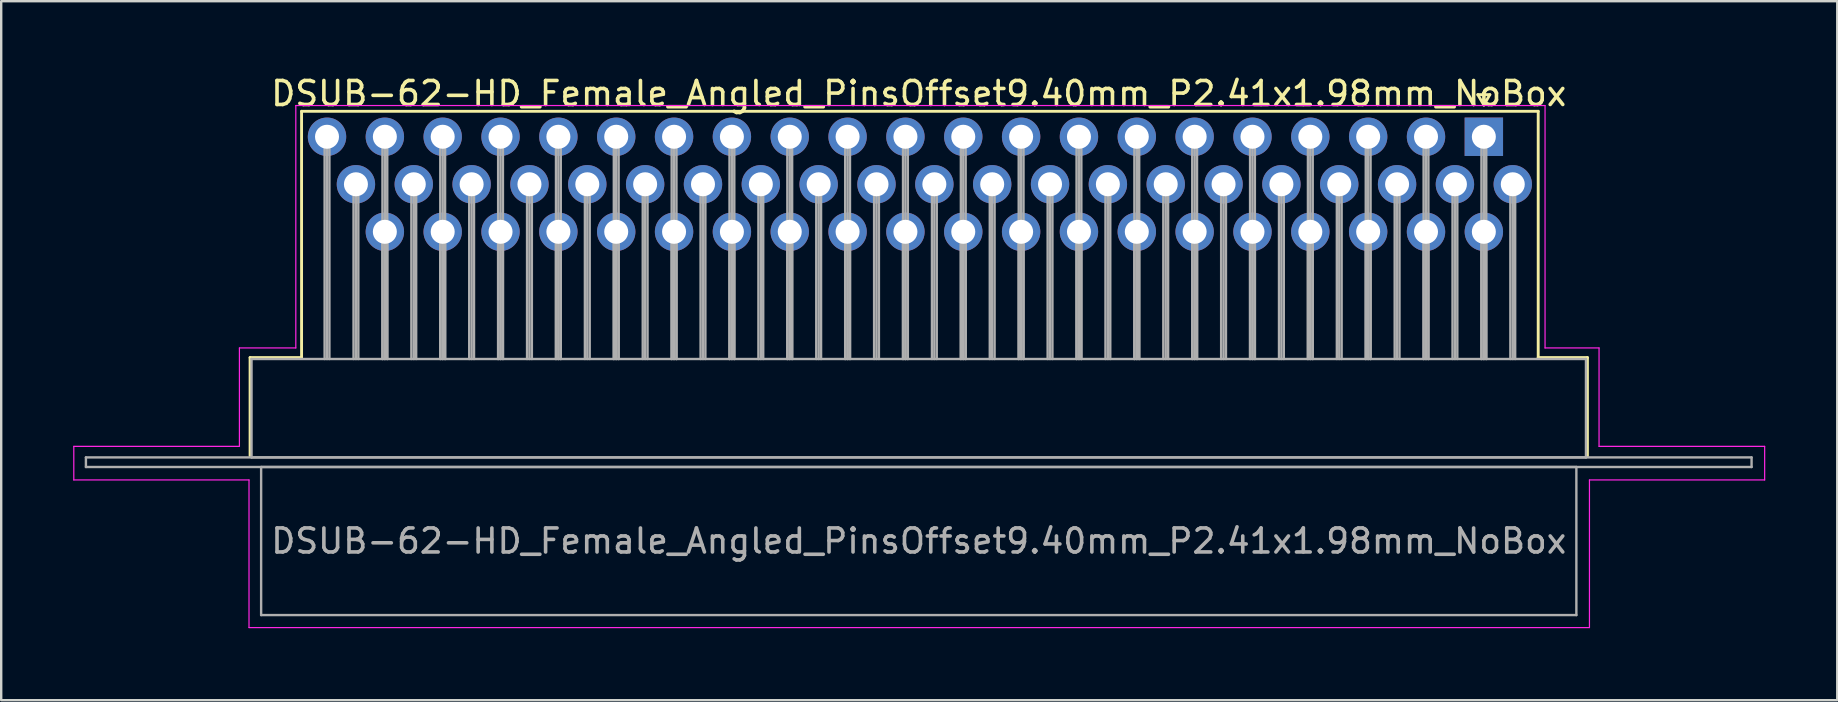
<source format=kicad_pcb>
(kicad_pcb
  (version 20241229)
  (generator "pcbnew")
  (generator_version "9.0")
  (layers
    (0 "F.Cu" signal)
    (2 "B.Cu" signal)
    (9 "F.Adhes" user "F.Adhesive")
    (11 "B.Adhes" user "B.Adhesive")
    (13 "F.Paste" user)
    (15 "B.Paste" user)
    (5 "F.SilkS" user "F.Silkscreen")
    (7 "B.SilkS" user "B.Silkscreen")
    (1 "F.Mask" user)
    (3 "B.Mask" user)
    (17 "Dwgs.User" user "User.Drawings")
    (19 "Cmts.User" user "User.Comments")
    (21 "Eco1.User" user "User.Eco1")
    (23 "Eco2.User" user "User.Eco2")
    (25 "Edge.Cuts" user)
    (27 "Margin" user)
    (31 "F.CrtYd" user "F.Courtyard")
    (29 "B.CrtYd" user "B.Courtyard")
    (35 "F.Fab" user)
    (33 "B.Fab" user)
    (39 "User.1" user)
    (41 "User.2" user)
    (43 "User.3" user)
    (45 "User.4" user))
  (footprint "DSUB-62-HD_Female_Angled_PinsOffset9.40mm_P2.41x1.98mm_NoBox"
    (layer "F.Cu")
    (at 58.775 2.648)
    (property "Reference" "DSUB-62-HD_Female_Angled_PinsOffset9.40mm_P2.41x1.98mm_NoBox" (at -23.545 -1.8 0) (layer "F.SilkS") (effects (font (size 1 1) (thickness 0.15))))
    (attr through_hole)
    (fp_line (start -51.405 9.2) (end -49.26 9.2) (stroke (width 0.12) (type solid)) (layer "F.SilkS"))
    (fp_line (start -51.405 13.3) (end -51.405 9.2) (stroke (width 0.12) (type solid)) (layer "F.SilkS"))
    (fp_line (start -49.26 -1.06) (end 2.265 -1.06) (stroke (width 0.12) (type solid)) (layer "F.SilkS"))
    (fp_line (start -49.26 9.2) (end -49.26 -1.06) (stroke (width 0.12) (type solid)) (layer "F.SilkS"))
    (fp_line (start -0.25 -1.754) (end 0.25 -1.754) (stroke (width 0.12) (type solid)) (layer "F.SilkS"))
    (fp_line (start 0 -1.321) (end -0.25 -1.754) (stroke (width 0.12) (type solid)) (layer "F.SilkS"))
    (fp_line (start 0.25 -1.754) (end 0 -1.321) (stroke (width 0.12) (type solid)) (layer "F.SilkS"))
    (fp_line (start 2.265 -1.06) (end 2.265 9.2) (stroke (width 0.12) (type solid)) (layer "F.SilkS"))
    (fp_line (start 2.265 9.2) (end 4.315 9.2) (stroke (width 0.12) (type solid)) (layer "F.SilkS"))
    (fp_line (start 4.315 9.2) (end 4.315 13.3) (stroke (width 0.12) (type solid)) (layer "F.SilkS"))
    (fp_line (start -58.75 12.9) (end -51.85 12.9) (stroke (width 0.05) (type solid)) (layer "F.CrtYd"))
    (fp_line (start -58.75 14.3) (end -58.75 12.9) (stroke (width 0.05) (type solid)) (layer "F.CrtYd"))
    (fp_line (start -51.85 8.8) (end -49.5 8.8) (stroke (width 0.05) (type solid)) (layer "F.CrtYd"))
    (fp_line (start -51.85 12.9) (end -51.85 8.8) (stroke (width 0.05) (type solid)) (layer "F.CrtYd"))
    (fp_line (start -51.45 14.3) (end -58.75 14.3) (stroke (width 0.05) (type solid)) (layer "F.CrtYd"))
    (fp_line (start -51.45 20.45) (end -51.45 14.3) (stroke (width 0.05) (type solid)) (layer "F.CrtYd"))
    (fp_line (start -49.5 -1.3) (end 2.55 -1.3) (stroke (width 0.05) (type solid)) (layer "F.CrtYd"))
    (fp_line (start -49.5 8.8) (end -49.5 -1.3) (stroke (width 0.05) (type solid)) (layer "F.CrtYd"))
    (fp_line (start 2.55 -1.3) (end 2.55 8.8) (stroke (width 0.05) (type solid)) (layer "F.CrtYd"))
    (fp_line (start 2.55 8.8) (end 4.8 8.8) (stroke (width 0.05) (type solid)) (layer "F.CrtYd"))
    (fp_line (start 4.4 14.3) (end 4.4 20.45) (stroke (width 0.05) (type solid)) (layer "F.CrtYd"))
    (fp_line (start 4.4 20.45) (end -51.45 20.45) (stroke (width 0.05) (type solid)) (layer "F.CrtYd"))
    (fp_line (start 4.8 8.8) (end 4.8 12.9) (stroke (width 0.05) (type solid)) (layer "F.CrtYd"))
    (fp_line (start 4.8 12.9) (end 11.7 12.9) (stroke (width 0.05) (type solid)) (layer "F.CrtYd"))
    (fp_line (start 11.7 12.9) (end 11.7 14.3) (stroke (width 0.05) (type solid)) (layer "F.CrtYd"))
    (fp_line (start 11.7 14.3) (end 4.4 14.3) (stroke (width 0.05) (type solid)) (layer "F.CrtYd"))
    (fp_line (start -58.245 13.36) (end -58.245 13.76) (stroke (width 0.1) (type solid)) (layer "F.Fab"))
    (fp_line (start -58.245 13.76) (end 11.155 13.76) (stroke (width 0.1) (type solid)) (layer "F.Fab"))
    (fp_line (start -51.345 9.26) (end -51.345 13.36) (stroke (width 0.1) (type solid)) (layer "F.Fab"))
    (fp_line (start -51.345 13.36) (end 4.255 13.36) (stroke (width 0.1) (type solid)) (layer "F.Fab"))
    (fp_line (start -50.945 13.76) (end -50.945 19.93) (stroke (width 0.1) (type solid)) (layer "F.Fab"))
    (fp_line (start -50.945 19.93) (end 3.855 19.93) (stroke (width 0.1) (type solid)) (layer "F.Fab"))
    (fp_line (start -48.3 0) (end -48.3 9.26) (stroke (width 0.1) (type solid)) (layer "F.Fab"))
    (fp_line (start -48.2 0) (end -48.2 9.26) (stroke (width 0.1) (type solid)) (layer "F.Fab"))
    (fp_line (start -48.1 0) (end -48.1 9.26) (stroke (width 0.1) (type solid)) (layer "F.Fab"))
    (fp_line (start -47.095 1.98) (end -47.095 9.26) (stroke (width 0.1) (type solid)) (layer "F.Fab"))
    (fp_line (start -46.995 1.98) (end -46.995 9.26) (stroke (width 0.1) (type solid)) (layer "F.Fab"))
    (fp_line (start -46.895 1.98) (end -46.895 9.26) (stroke (width 0.1) (type solid)) (layer "F.Fab"))
    (fp_line (start -45.89 0) (end -45.89 9.26) (stroke (width 0.1) (type solid)) (layer "F.Fab"))
    (fp_line (start -45.89 3.96) (end -45.89 9.26) (stroke (width 0.1) (type solid)) (layer "F.Fab"))
    (fp_line (start -45.79 0) (end -45.79 9.26) (stroke (width 0.1) (type solid)) (layer "F.Fab"))
    (fp_line (start -45.79 3.96) (end -45.79 9.26) (stroke (width 0.1) (type solid)) (layer "F.Fab"))
    (fp_line (start -45.69 0) (end -45.69 9.26) (stroke (width 0.1) (type solid)) (layer "F.Fab"))
    (fp_line (start -45.69 3.96) (end -45.69 9.26) (stroke (width 0.1) (type solid)) (layer "F.Fab"))
    (fp_line (start -44.685 1.98) (end -44.685 9.26) (stroke (width 0.1) (type solid)) (layer "F.Fab"))
    (fp_line (start -44.585 1.98) (end -44.585 9.26) (stroke (width 0.1) (type solid)) (layer "F.Fab"))
    (fp_line (start -44.485 1.98) (end -44.485 9.26) (stroke (width 0.1) (type solid)) (layer "F.Fab"))
    (fp_line (start -43.48 0) (end -43.48 9.26) (stroke (width 0.1) (type solid)) (layer "F.Fab"))
    (fp_line (start -43.48 3.96) (end -43.48 9.26) (stroke (width 0.1) (type solid)) (layer "F.Fab"))
    (fp_line (start -43.38 0) (end -43.38 9.26) (stroke (width 0.1) (type solid)) (layer "F.Fab"))
    (fp_line (start -43.38 3.96) (end -43.38 9.26) (stroke (width 0.1) (type solid)) (layer "F.Fab"))
    (fp_line (start -43.28 0) (end -43.28 9.26) (stroke (width 0.1) (type solid)) (layer "F.Fab"))
    (fp_line (start -43.28 3.96) (end -43.28 9.26) (stroke (width 0.1) (type solid)) (layer "F.Fab"))
    (fp_line (start -42.275 1.98) (end -42.275 9.26) (stroke (width 0.1) (type solid)) (layer "F.Fab"))
    (fp_line (start -42.175 1.98) (end -42.175 9.26) (stroke (width 0.1) (type solid)) (layer "F.Fab"))
    (fp_line (start -42.075 1.98) (end -42.075 9.26) (stroke (width 0.1) (type solid)) (layer "F.Fab"))
    (fp_line (start -41.07 0) (end -41.07 9.26) (stroke (width 0.1) (type solid)) (layer "F.Fab"))
    (fp_line (start -41.07 3.96) (end -41.07 9.26) (stroke (width 0.1) (type solid)) (layer "F.Fab"))
    (fp_line (start -40.97 0) (end -40.97 9.26) (stroke (width 0.1) (type solid)) (layer "F.Fab"))
    (fp_line (start -40.97 3.96) (end -40.97 9.26) (stroke (width 0.1) (type solid)) (layer "F.Fab"))
    (fp_line (start -40.87 0) (end -40.87 9.26) (stroke (width 0.1) (type solid)) (layer "F.Fab"))
    (fp_line (start -40.87 3.96) (end -40.87 9.26) (stroke (width 0.1) (type solid)) (layer "F.Fab"))
    (fp_line (start -39.865 1.98) (end -39.865 9.26) (stroke (width 0.1) (type solid)) (layer "F.Fab"))
    (fp_line (start -39.765 1.98) (end -39.765 9.26) (stroke (width 0.1) (type solid)) (layer "F.Fab"))
    (fp_line (start -39.665 1.98) (end -39.665 9.26) (stroke (width 0.1) (type solid)) (layer "F.Fab"))
    (fp_line (start -38.66 0) (end -38.66 9.26) (stroke (width 0.1) (type solid)) (layer "F.Fab"))
    (fp_line (start -38.66 3.96) (end -38.66 9.26) (stroke (width 0.1) (type solid)) (layer "F.Fab"))
    (fp_line (start -38.56 0) (end -38.56 9.26) (stroke (width 0.1) (type solid)) (layer "F.Fab"))
    (fp_line (start -38.56 3.96) (end -38.56 9.26) (stroke (width 0.1) (type solid)) (layer "F.Fab"))
    (fp_line (start -38.46 0) (end -38.46 9.26) (stroke (width 0.1) (type solid)) (layer "F.Fab"))
    (fp_line (start -38.46 3.96) (end -38.46 9.26) (stroke (width 0.1) (type solid)) (layer "F.Fab"))
    (fp_line (start -37.455 1.98) (end -37.455 9.26) (stroke (width 0.1) (type solid)) (layer "F.Fab"))
    (fp_line (start -37.355 1.98) (end -37.355 9.26) (stroke (width 0.1) (type solid)) (layer "F.Fab"))
    (fp_line (start -37.255 1.98) (end -37.255 9.26) (stroke (width 0.1) (type solid)) (layer "F.Fab"))
    (fp_line (start -36.25 0) (end -36.25 9.26) (stroke (width 0.1) (type solid)) (layer "F.Fab"))
    (fp_line (start -36.25 3.96) (end -36.25 9.26) (stroke (width 0.1) (type solid)) (layer "F.Fab"))
    (fp_line (start -36.15 0) (end -36.15 9.26) (stroke (width 0.1) (type solid)) (layer "F.Fab"))
    (fp_line (start -36.15 3.96) (end -36.15 9.26) (stroke (width 0.1) (type solid)) (layer "F.Fab"))
    (fp_line (start -36.05 0) (end -36.05 9.26) (stroke (width 0.1) (type solid)) (layer "F.Fab"))
    (fp_line (start -36.05 3.96) (end -36.05 9.26) (stroke (width 0.1) (type solid)) (layer "F.Fab"))
    (fp_line (start -35.045 1.98) (end -35.045 9.26) (stroke (width 0.1) (type solid)) (layer "F.Fab"))
    (fp_line (start -34.945 1.98) (end -34.945 9.26) (stroke (width 0.1) (type solid)) (layer "F.Fab"))
    (fp_line (start -34.845 1.98) (end -34.845 9.26) (stroke (width 0.1) (type solid)) (layer "F.Fab"))
    (fp_line (start -33.84 0) (end -33.84 9.26) (stroke (width 0.1) (type solid)) (layer "F.Fab"))
    (fp_line (start -33.84 3.96) (end -33.84 9.26) (stroke (width 0.1) (type solid)) (layer "F.Fab"))
    (fp_line (start -33.74 0) (end -33.74 9.26) (stroke (width 0.1) (type solid)) (layer "F.Fab"))
    (fp_line (start -33.74 3.96) (end -33.74 9.26) (stroke (width 0.1) (type solid)) (layer "F.Fab"))
    (fp_line (start -33.64 0) (end -33.64 9.26) (stroke (width 0.1) (type solid)) (layer "F.Fab"))
    (fp_line (start -33.64 3.96) (end -33.64 9.26) (stroke (width 0.1) (type solid)) (layer "F.Fab"))
    (fp_line (start -32.635 1.98) (end -32.635 9.26) (stroke (width 0.1) (type solid)) (layer "F.Fab"))
    (fp_line (start -32.535 1.98) (end -32.535 9.26) (stroke (width 0.1) (type solid)) (layer "F.Fab"))
    (fp_line (start -32.435 1.98) (end -32.435 9.26) (stroke (width 0.1) (type solid)) (layer "F.Fab"))
    (fp_line (start -31.43 0) (end -31.43 9.26) (stroke (width 0.1) (type solid)) (layer "F.Fab"))
    (fp_line (start -31.43 3.96) (end -31.43 9.26) (stroke (width 0.1) (type solid)) (layer "F.Fab"))
    (fp_line (start -31.33 0) (end -31.33 9.26) (stroke (width 0.1) (type solid)) (layer "F.Fab"))
    (fp_line (start -31.33 3.96) (end -31.33 9.26) (stroke (width 0.1) (type solid)) (layer "F.Fab"))
    (fp_line (start -31.23 0) (end -31.23 9.26) (stroke (width 0.1) (type solid)) (layer "F.Fab"))
    (fp_line (start -31.23 3.96) (end -31.23 9.26) (stroke (width 0.1) (type solid)) (layer "F.Fab"))
    (fp_line (start -30.225 1.98) (end -30.225 9.26) (stroke (width 0.1) (type solid)) (layer "F.Fab"))
    (fp_line (start -30.125 1.98) (end -30.125 9.26) (stroke (width 0.1) (type solid)) (layer "F.Fab"))
    (fp_line (start -30.025 1.98) (end -30.025 9.26) (stroke (width 0.1) (type solid)) (layer "F.Fab"))
    (fp_line (start -29.02 0) (end -29.02 9.26) (stroke (width 0.1) (type solid)) (layer "F.Fab"))
    (fp_line (start -29.02 3.96) (end -29.02 9.26) (stroke (width 0.1) (type solid)) (layer "F.Fab"))
    (fp_line (start -28.92 0) (end -28.92 9.26) (stroke (width 0.1) (type solid)) (layer "F.Fab"))
    (fp_line (start -28.92 3.96) (end -28.92 9.26) (stroke (width 0.1) (type solid)) (layer "F.Fab"))
    (fp_line (start -28.82 0) (end -28.82 9.26) (stroke (width 0.1) (type solid)) (layer "F.Fab"))
    (fp_line (start -28.82 3.96) (end -28.82 9.26) (stroke (width 0.1) (type solid)) (layer "F.Fab"))
    (fp_line (start -27.815 1.98) (end -27.815 9.26) (stroke (width 0.1) (type solid)) (layer "F.Fab"))
    (fp_line (start -27.715 1.98) (end -27.715 9.26) (stroke (width 0.1) (type solid)) (layer "F.Fab"))
    (fp_line (start -27.615 1.98) (end -27.615 9.26) (stroke (width 0.1) (type solid)) (layer "F.Fab"))
    (fp_line (start -26.61 0) (end -26.61 9.26) (stroke (width 0.1) (type solid)) (layer "F.Fab"))
    (fp_line (start -26.61 3.96) (end -26.61 9.26) (stroke (width 0.1) (type solid)) (layer "F.Fab"))
    (fp_line (start -26.51 0) (end -26.51 9.26) (stroke (width 0.1) (type solid)) (layer "F.Fab"))
    (fp_line (start -26.51 3.96) (end -26.51 9.26) (stroke (width 0.1) (type solid)) (layer "F.Fab"))
    (fp_line (start -26.41 0) (end -26.41 9.26) (stroke (width 0.1) (type solid)) (layer "F.Fab"))
    (fp_line (start -26.41 3.96) (end -26.41 9.26) (stroke (width 0.1) (type solid)) (layer "F.Fab"))
    (fp_line (start -25.405 1.98) (end -25.405 9.26) (stroke (width 0.1) (type solid)) (layer "F.Fab"))
    (fp_line (start -25.305 1.98) (end -25.305 9.26) (stroke (width 0.1) (type solid)) (layer "F.Fab"))
    (fp_line (start -25.205 1.98) (end -25.205 9.26) (stroke (width 0.1) (type solid)) (layer "F.Fab"))
    (fp_line (start -24.2 0) (end -24.2 9.26) (stroke (width 0.1) (type solid)) (layer "F.Fab"))
    (fp_line (start -24.2 3.96) (end -24.2 9.26) (stroke (width 0.1) (type solid)) (layer "F.Fab"))
    (fp_line (start -24.1 0) (end -24.1 9.26) (stroke (width 0.1) (type solid)) (layer "F.Fab"))
    (fp_line (start -24.1 3.96) (end -24.1 9.26) (stroke (width 0.1) (type solid)) (layer "F.Fab"))
    (fp_line (start -24 0) (end -24 9.26) (stroke (width 0.1) (type solid)) (layer "F.Fab"))
    (fp_line (start -24 3.96) (end -24 9.26) (stroke (width 0.1) (type solid)) (layer "F.Fab"))
    (fp_line (start -22.995 1.98) (end -22.995 9.26) (stroke (width 0.1) (type solid)) (layer "F.Fab"))
    (fp_line (start -22.895 1.98) (end -22.895 9.26) (stroke (width 0.1) (type solid)) (layer "F.Fab"))
    (fp_line (start -22.795 1.98) (end -22.795 9.26) (stroke (width 0.1) (type solid)) (layer "F.Fab"))
    (fp_line (start -21.79 0) (end -21.79 9.26) (stroke (width 0.1) (type solid)) (layer "F.Fab"))
    (fp_line (start -21.79 3.96) (end -21.79 9.26) (stroke (width 0.1) (type solid)) (layer "F.Fab"))
    (fp_line (start -21.69 0) (end -21.69 9.26) (stroke (width 0.1) (type solid)) (layer "F.Fab"))
    (fp_line (start -21.69 3.96) (end -21.69 9.26) (stroke (width 0.1) (type solid)) (layer "F.Fab"))
    (fp_line (start -21.59 0) (end -21.59 9.26) (stroke (width 0.1) (type solid)) (layer "F.Fab"))
    (fp_line (start -21.59 3.96) (end -21.59 9.26) (stroke (width 0.1) (type solid)) (layer "F.Fab"))
    (fp_line (start -20.585 1.98) (end -20.585 9.26) (stroke (width 0.1) (type solid)) (layer "F.Fab"))
    (fp_line (start -20.485 1.98) (end -20.485 9.26) (stroke (width 0.1) (type solid)) (layer "F.Fab"))
    (fp_line (start -20.385 1.98) (end -20.385 9.26) (stroke (width 0.1) (type solid)) (layer "F.Fab"))
    (fp_line (start -19.38 0) (end -19.38 9.26) (stroke (width 0.1) (type solid)) (layer "F.Fab"))
    (fp_line (start -19.38 3.96) (end -19.38 9.26) (stroke (width 0.1) (type solid)) (layer "F.Fab"))
    (fp_line (start -19.28 0) (end -19.28 9.26) (stroke (width 0.1) (type solid)) (layer "F.Fab"))
    (fp_line (start -19.28 3.96) (end -19.28 9.26) (stroke (width 0.1) (type solid)) (layer "F.Fab"))
    (fp_line (start -19.18 0) (end -19.18 9.26) (stroke (width 0.1) (type solid)) (layer "F.Fab"))
    (fp_line (start -19.18 3.96) (end -19.18 9.26) (stroke (width 0.1) (type solid)) (layer "F.Fab"))
    (fp_line (start -18.175 1.98) (end -18.175 9.26) (stroke (width 0.1) (type solid)) (layer "F.Fab"))
    (fp_line (start -18.075 1.98) (end -18.075 9.26) (stroke (width 0.1) (type solid)) (layer "F.Fab"))
    (fp_line (start -17.975 1.98) (end -17.975 9.26) (stroke (width 0.1) (type solid)) (layer "F.Fab"))
    (fp_line (start -16.97 0) (end -16.97 9.26) (stroke (width 0.1) (type solid)) (layer "F.Fab"))
    (fp_line (start -16.97 3.96) (end -16.97 9.26) (stroke (width 0.1) (type solid)) (layer "F.Fab"))
    (fp_line (start -16.87 0) (end -16.87 9.26) (stroke (width 0.1) (type solid)) (layer "F.Fab"))
    (fp_line (start -16.87 3.96) (end -16.87 9.26) (stroke (width 0.1) (type solid)) (layer "F.Fab"))
    (fp_line (start -16.77 0) (end -16.77 9.26) (stroke (width 0.1) (type solid)) (layer "F.Fab"))
    (fp_line (start -16.77 3.96) (end -16.77 9.26) (stroke (width 0.1) (type solid)) (layer "F.Fab"))
    (fp_line (start -15.765 1.98) (end -15.765 9.26) (stroke (width 0.1) (type solid)) (layer "F.Fab"))
    (fp_line (start -15.665 1.98) (end -15.665 9.26) (stroke (width 0.1) (type solid)) (layer "F.Fab"))
    (fp_line (start -15.565 1.98) (end -15.565 9.26) (stroke (width 0.1) (type solid)) (layer "F.Fab"))
    (fp_line (start -14.56 0) (end -14.56 9.26) (stroke (width 0.1) (type solid)) (layer "F.Fab"))
    (fp_line (start -14.56 3.96) (end -14.56 9.26) (stroke (width 0.1) (type solid)) (layer "F.Fab"))
    (fp_line (start -14.46 0) (end -14.46 9.26) (stroke (width 0.1) (type solid)) (layer "F.Fab"))
    (fp_line (start -14.46 3.96) (end -14.46 9.26) (stroke (width 0.1) (type solid)) (layer "F.Fab"))
    (fp_line (start -14.36 0) (end -14.36 9.26) (stroke (width 0.1) (type solid)) (layer "F.Fab"))
    (fp_line (start -14.36 3.96) (end -14.36 9.26) (stroke (width 0.1) (type solid)) (layer "F.Fab"))
    (fp_line (start -13.355 1.98) (end -13.355 9.26) (stroke (width 0.1) (type solid)) (layer "F.Fab"))
    (fp_line (start -13.255 1.98) (end -13.255 9.26) (stroke (width 0.1) (type solid)) (layer "F.Fab"))
    (fp_line (start -13.155 1.98) (end -13.155 9.26) (stroke (width 0.1) (type solid)) (layer "F.Fab"))
    (fp_line (start -12.15 0) (end -12.15 9.26) (stroke (width 0.1) (type solid)) (layer "F.Fab"))
    (fp_line (start -12.15 3.96) (end -12.15 9.26) (stroke (width 0.1) (type solid)) (layer "F.Fab"))
    (fp_line (start -12.05 0) (end -12.05 9.26) (stroke (width 0.1) (type solid)) (layer "F.Fab"))
    (fp_line (start -12.05 3.96) (end -12.05 9.26) (stroke (width 0.1) (type solid)) (layer "F.Fab"))
    (fp_line (start -11.95 0) (end -11.95 9.26) (stroke (width 0.1) (type solid)) (layer "F.Fab"))
    (fp_line (start -11.95 3.96) (end -11.95 9.26) (stroke (width 0.1) (type solid)) (layer "F.Fab"))
    (fp_line (start -10.945 1.98) (end -10.945 9.26) (stroke (width 0.1) (type solid)) (layer "F.Fab"))
    (fp_line (start -10.845 1.98) (end -10.845 9.26) (stroke (width 0.1) (type solid)) (layer "F.Fab"))
    (fp_line (start -10.745 1.98) (end -10.745 9.26) (stroke (width 0.1) (type solid)) (layer "F.Fab"))
    (fp_line (start -9.74 0) (end -9.74 9.26) (stroke (width 0.1) (type solid)) (layer "F.Fab"))
    (fp_line (start -9.74 3.96) (end -9.74 9.26) (stroke (width 0.1) (type solid)) (layer "F.Fab"))
    (fp_line (start -9.64 0) (end -9.64 9.26) (stroke (width 0.1) (type solid)) (layer "F.Fab"))
    (fp_line (start -9.64 3.96) (end -9.64 9.26) (stroke (width 0.1) (type solid)) (layer "F.Fab"))
    (fp_line (start -9.54 0) (end -9.54 9.26) (stroke (width 0.1) (type solid)) (layer "F.Fab"))
    (fp_line (start -9.54 3.96) (end -9.54 9.26) (stroke (width 0.1) (type solid)) (layer "F.Fab"))
    (fp_line (start -8.535 1.98) (end -8.535 9.26) (stroke (width 0.1) (type solid)) (layer "F.Fab"))
    (fp_line (start -8.435 1.98) (end -8.435 9.26) (stroke (width 0.1) (type solid)) (layer "F.Fab"))
    (fp_line (start -8.335 1.98) (end -8.335 9.26) (stroke (width 0.1) (type solid)) (layer "F.Fab"))
    (fp_line (start -7.33 0) (end -7.33 9.26) (stroke (width 0.1) (type solid)) (layer "F.Fab"))
    (fp_line (start -7.33 3.96) (end -7.33 9.26) (stroke (width 0.1) (type solid)) (layer "F.Fab"))
    (fp_line (start -7.23 0) (end -7.23 9.26) (stroke (width 0.1) (type solid)) (layer "F.Fab"))
    (fp_line (start -7.23 3.96) (end -7.23 9.26) (stroke (width 0.1) (type solid)) (layer "F.Fab"))
    (fp_line (start -7.13 0) (end -7.13 9.26) (stroke (width 0.1) (type solid)) (layer "F.Fab"))
    (fp_line (start -7.13 3.96) (end -7.13 9.26) (stroke (width 0.1) (type solid)) (layer "F.Fab"))
    (fp_line (start -6.125 1.98) (end -6.125 9.26) (stroke (width 0.1) (type solid)) (layer "F.Fab"))
    (fp_line (start -6.025 1.98) (end -6.025 9.26) (stroke (width 0.1) (type solid)) (layer "F.Fab"))
    (fp_line (start -5.925 1.98) (end -5.925 9.26) (stroke (width 0.1) (type solid)) (layer "F.Fab"))
    (fp_line (start -4.92 0) (end -4.92 9.26) (stroke (width 0.1) (type solid)) (layer "F.Fab"))
    (fp_line (start -4.92 3.96) (end -4.92 9.26) (stroke (width 0.1) (type solid)) (layer "F.Fab"))
    (fp_line (start -4.82 0) (end -4.82 9.26) (stroke (width 0.1) (type solid)) (layer "F.Fab"))
    (fp_line (start -4.82 3.96) (end -4.82 9.26) (stroke (width 0.1) (type solid)) (layer "F.Fab"))
    (fp_line (start -4.72 0) (end -4.72 9.26) (stroke (width 0.1) (type solid)) (layer "F.Fab"))
    (fp_line (start -4.72 3.96) (end -4.72 9.26) (stroke (width 0.1) (type solid)) (layer "F.Fab"))
    (fp_line (start -3.715 1.98) (end -3.715 9.26) (stroke (width 0.1) (type solid)) (layer "F.Fab"))
    (fp_line (start -3.615 1.98) (end -3.615 9.26) (stroke (width 0.1) (type solid)) (layer "F.Fab"))
    (fp_line (start -3.515 1.98) (end -3.515 9.26) (stroke (width 0.1) (type solid)) (layer "F.Fab"))
    (fp_line (start -2.51 0) (end -2.51 9.26) (stroke (width 0.1) (type solid)) (layer "F.Fab"))
    (fp_line (start -2.51 3.96) (end -2.51 9.26) (stroke (width 0.1) (type solid)) (layer "F.Fab"))
    (fp_line (start -2.41 0) (end -2.41 9.26) (stroke (width 0.1) (type solid)) (layer "F.Fab"))
    (fp_line (start -2.41 3.96) (end -2.41 9.26) (stroke (width 0.1) (type solid)) (layer "F.Fab"))
    (fp_line (start -2.31 0) (end -2.31 9.26) (stroke (width 0.1) (type solid)) (layer "F.Fab"))
    (fp_line (start -2.31 3.96) (end -2.31 9.26) (stroke (width 0.1) (type solid)) (layer "F.Fab"))
    (fp_line (start -1.305 1.98) (end -1.305 9.26) (stroke (width 0.1) (type solid)) (layer "F.Fab"))
    (fp_line (start -1.205 1.98) (end -1.205 9.26) (stroke (width 0.1) (type solid)) (layer "F.Fab"))
    (fp_line (start -1.105 1.98) (end -1.105 9.26) (stroke (width 0.1) (type solid)) (layer "F.Fab"))
    (fp_line (start -0.1 0) (end -0.1 9.26) (stroke (width 0.1) (type solid)) (layer "F.Fab"))
    (fp_line (start -0.1 3.96) (end -0.1 9.26) (stroke (width 0.1) (type solid)) (layer "F.Fab"))
    (fp_line (start 0 0) (end 0 9.26) (stroke (width 0.1) (type solid)) (layer "F.Fab"))
    (fp_line (start 0 3.96) (end 0 9.26) (stroke (width 0.1) (type solid)) (layer "F.Fab"))
    (fp_line (start 0.1 0) (end 0.1 9.26) (stroke (width 0.1) (type solid)) (layer "F.Fab"))
    (fp_line (start 0.1 3.96) (end 0.1 9.26) (stroke (width 0.1) (type solid)) (layer "F.Fab"))
    (fp_line (start 1.105 1.98) (end 1.105 9.26) (stroke (width 0.1) (type solid)) (layer "F.Fab"))
    (fp_line (start 1.205 1.98) (end 1.205 9.26) (stroke (width 0.1) (type solid)) (layer "F.Fab"))
    (fp_line (start 1.305 1.98) (end 1.305 9.26) (stroke (width 0.1) (type solid)) (layer "F.Fab"))
    (fp_line (start 3.855 13.76) (end -50.945 13.76) (stroke (width 0.1) (type solid)) (layer "F.Fab"))
    (fp_line (start 3.855 19.93) (end 3.855 13.76) (stroke (width 0.1) (type solid)) (layer "F.Fab"))
    (fp_line (start 4.255 9.26) (end -51.345 9.26) (stroke (width 0.1) (type solid)) (layer "F.Fab"))
    (fp_line (start 4.255 13.36) (end 4.255 9.26) (stroke (width 0.1) (type solid)) (layer "F.Fab"))
    (fp_line (start 11.155 13.36) (end -58.245 13.36) (stroke (width 0.1) (type solid)) (layer "F.Fab"))
    (fp_line (start 11.155 13.76) (end 11.155 13.36) (stroke (width 0.1) (type solid)) (layer "F.Fab"))
    (fp_text user "${REFERENCE}" (at -23.545 16.845 0) (layer "F.Fab") (effects (font (size 1 1) (thickness 0.15))))
    (pad "1" thru_hole rect (at 0 0) (size 1.6 1.6) (drill 1) (layers "*.Cu" "*.Mask"))
    (pad "2" thru_hole circle (at -2.41 0) (size 1.6 1.6) (drill 1) (layers "*.Cu" "*.Mask"))
    (pad "3" thru_hole circle (at -4.82 0) (size 1.6 1.6) (drill 1) (layers "*.Cu" "*.Mask"))
    (pad "4" thru_hole circle (at -7.23 0) (size 1.6 1.6) (drill 1) (layers "*.Cu" "*.Mask"))
    (pad "5" thru_hole circle (at -9.64 0) (size 1.6 1.6) (drill 1) (layers "*.Cu" "*.Mask"))
    (pad "6" thru_hole circle (at -12.05 0) (size 1.6 1.6) (drill 1) (layers "*.Cu" "*.Mask"))
    (pad "7" thru_hole circle (at -14.46 0) (size 1.6 1.6) (drill 1) (layers "*.Cu" "*.Mask"))
    (pad "8" thru_hole circle (at -16.87 0) (size 1.6 1.6) (drill 1) (layers "*.Cu" "*.Mask"))
    (pad "9" thru_hole circle (at -19.28 0) (size 1.6 1.6) (drill 1) (layers "*.Cu" "*.Mask"))
    (pad "10" thru_hole circle (at -21.69 0) (size 1.6 1.6) (drill 1) (layers "*.Cu" "*.Mask"))
    (pad "11" thru_hole circle (at -24.1 0) (size 1.6 1.6) (drill 1) (layers "*.Cu" "*.Mask"))
    (pad "12" thru_hole circle (at -26.51 0) (size 1.6 1.6) (drill 1) (layers "*.Cu" "*.Mask"))
    (pad "13" thru_hole circle (at -28.92 0) (size 1.6 1.6) (drill 1) (layers "*.Cu" "*.Mask"))
    (pad "14" thru_hole circle (at -31.33 0) (size 1.6 1.6) (drill 1) (layers "*.Cu" "*.Mask"))
    (pad "15" thru_hole circle (at -33.74 0) (size 1.6 1.6) (drill 1) (layers "*.Cu" "*.Mask"))
    (pad "16" thru_hole circle (at -36.15 0) (size 1.6 1.6) (drill 1) (layers "*.Cu" "*.Mask"))
    (pad "17" thru_hole circle (at -38.56 0) (size 1.6 1.6) (drill 1) (layers "*.Cu" "*.Mask"))
    (pad "18" thru_hole circle (at -40.97 0) (size 1.6 1.6) (drill 1) (layers "*.Cu" "*.Mask"))
    (pad "19" thru_hole circle (at -43.38 0) (size 1.6 1.6) (drill 1) (layers "*.Cu" "*.Mask"))
    (pad "20" thru_hole circle (at -45.79 0) (size 1.6 1.6) (drill 1) (layers "*.Cu" "*.Mask"))
    (pad "21" thru_hole circle (at -48.2 0) (size 1.6 1.6) (drill 1) (layers "*.Cu" "*.Mask"))
    (pad "22" thru_hole circle (at 1.205 1.98) (size 1.6 1.6) (drill 1) (layers "*.Cu" "*.Mask"))
    (pad "23" thru_hole circle (at -1.205 1.98) (size 1.6 1.6) (drill 1) (layers "*.Cu" "*.Mask"))
    (pad "24" thru_hole circle (at -3.615 1.98) (size 1.6 1.6) (drill 1) (layers "*.Cu" "*.Mask"))
    (pad "25" thru_hole circle (at -6.025 1.98) (size 1.6 1.6) (drill 1) (layers "*.Cu" "*.Mask"))
    (pad "26" thru_hole circle (at -8.435 1.98) (size 1.6 1.6) (drill 1) (layers "*.Cu" "*.Mask"))
    (pad "27" thru_hole circle (at -10.845 1.98) (size 1.6 1.6) (drill 1) (layers "*.Cu" "*.Mask"))
    (pad "28" thru_hole circle (at -13.255 1.98) (size 1.6 1.6) (drill 1) (layers "*.Cu" "*.Mask"))
    (pad "29" thru_hole circle (at -15.665 1.98) (size 1.6 1.6) (drill 1) (layers "*.Cu" "*.Mask"))
    (pad "30" thru_hole circle (at -18.075 1.98) (size 1.6 1.6) (drill 1) (layers "*.Cu" "*.Mask"))
    (pad "31" thru_hole circle (at -20.485 1.98) (size 1.6 1.6) (drill 1) (layers "*.Cu" "*.Mask"))
    (pad "32" thru_hole circle (at -22.895 1.98) (size 1.6 1.6) (drill 1) (layers "*.Cu" "*.Mask"))
    (pad "33" thru_hole circle (at -25.305 1.98) (size 1.6 1.6) (drill 1) (layers "*.Cu" "*.Mask"))
    (pad "34" thru_hole circle (at -27.715 1.98) (size 1.6 1.6) (drill 1) (layers "*.Cu" "*.Mask"))
    (pad "35" thru_hole circle (at -30.125 1.98) (size 1.6 1.6) (drill 1) (layers "*.Cu" "*.Mask"))
    (pad "36" thru_hole circle (at -32.535 1.98) (size 1.6 1.6) (drill 1) (layers "*.Cu" "*.Mask"))
    (pad "37" thru_hole circle (at -34.945 1.98) (size 1.6 1.6) (drill 1) (layers "*.Cu" "*.Mask"))
    (pad "38" thru_hole circle (at -37.355 1.98) (size 1.6 1.6) (drill 1) (layers "*.Cu" "*.Mask"))
    (pad "39" thru_hole circle (at -39.765 1.98) (size 1.6 1.6) (drill 1) (layers "*.Cu" "*.Mask"))
    (pad "40" thru_hole circle (at -42.175 1.98) (size 1.6 1.6) (drill 1) (layers "*.Cu" "*.Mask"))
    (pad "41" thru_hole circle (at -44.585 1.98) (size 1.6 1.6) (drill 1) (layers "*.Cu" "*.Mask"))
    (pad "42" thru_hole circle (at -46.995 1.98) (size 1.6 1.6) (drill 1) (layers "*.Cu" "*.Mask"))
    (pad "43" thru_hole circle (at 0 3.96) (size 1.6 1.6) (drill 1) (layers "*.Cu" "*.Mask"))
    (pad "44" thru_hole circle (at -2.41 3.96) (size 1.6 1.6) (drill 1) (layers "*.Cu" "*.Mask"))
    (pad "45" thru_hole circle (at -4.82 3.96) (size 1.6 1.6) (drill 1) (layers "*.Cu" "*.Mask"))
    (pad "46" thru_hole circle (at -7.23 3.96) (size 1.6 1.6) (drill 1) (layers "*.Cu" "*.Mask"))
    (pad "47" thru_hole circle (at -9.64 3.96) (size 1.6 1.6) (drill 1) (layers "*.Cu" "*.Mask"))
    (pad "48" thru_hole circle (at -12.05 3.96) (size 1.6 1.6) (drill 1) (layers "*.Cu" "*.Mask"))
    (pad "49" thru_hole circle (at -14.46 3.96) (size 1.6 1.6) (drill 1) (layers "*.Cu" "*.Mask"))
    (pad "50" thru_hole circle (at -16.87 3.96) (size 1.6 1.6) (drill 1) (layers "*.Cu" "*.Mask"))
    (pad "51" thru_hole circle (at -19.28 3.96) (size 1.6 1.6) (drill 1) (layers "*.Cu" "*.Mask"))
    (pad "52" thru_hole circle (at -21.69 3.96) (size 1.6 1.6) (drill 1) (layers "*.Cu" "*.Mask"))
    (pad "53" thru_hole circle (at -24.1 3.96) (size 1.6 1.6) (drill 1) (layers "*.Cu" "*.Mask"))
    (pad "54" thru_hole circle (at -26.51 3.96) (size 1.6 1.6) (drill 1) (layers "*.Cu" "*.Mask"))
    (pad "55" thru_hole circle (at -28.92 3.96) (size 1.6 1.6) (drill 1) (layers "*.Cu" "*.Mask"))
    (pad "56" thru_hole circle (at -31.33 3.96) (size 1.6 1.6) (drill 1) (layers "*.Cu" "*.Mask"))
    (pad "57" thru_hole circle (at -33.74 3.96) (size 1.6 1.6) (drill 1) (layers "*.Cu" "*.Mask"))
    (pad "58" thru_hole circle (at -36.15 3.96) (size 1.6 1.6) (drill 1) (layers "*.Cu" "*.Mask"))
    (pad "59" thru_hole circle (at -38.56 3.96) (size 1.6 1.6) (drill 1) (layers "*.Cu" "*.Mask"))
    (pad "60" thru_hole circle (at -40.97 3.96) (size 1.6 1.6) (drill 1) (layers "*.Cu" "*.Mask"))
    (pad "61" thru_hole circle (at -43.38 3.96) (size 1.6 1.6) (drill 1) (layers "*.Cu" "*.Mask"))
    (pad "62" thru_hole circle (at -45.79 3.96) (size 1.6 1.6) (drill 1) (layers "*.Cu" "*.Mask")))
  (gr_rect
    (start -3 -3)
    (end 73.5 26.123)
    (stroke (width 0.1) (type default))
    (fill no)
    (layer "Edge.Cuts")))
</source>
